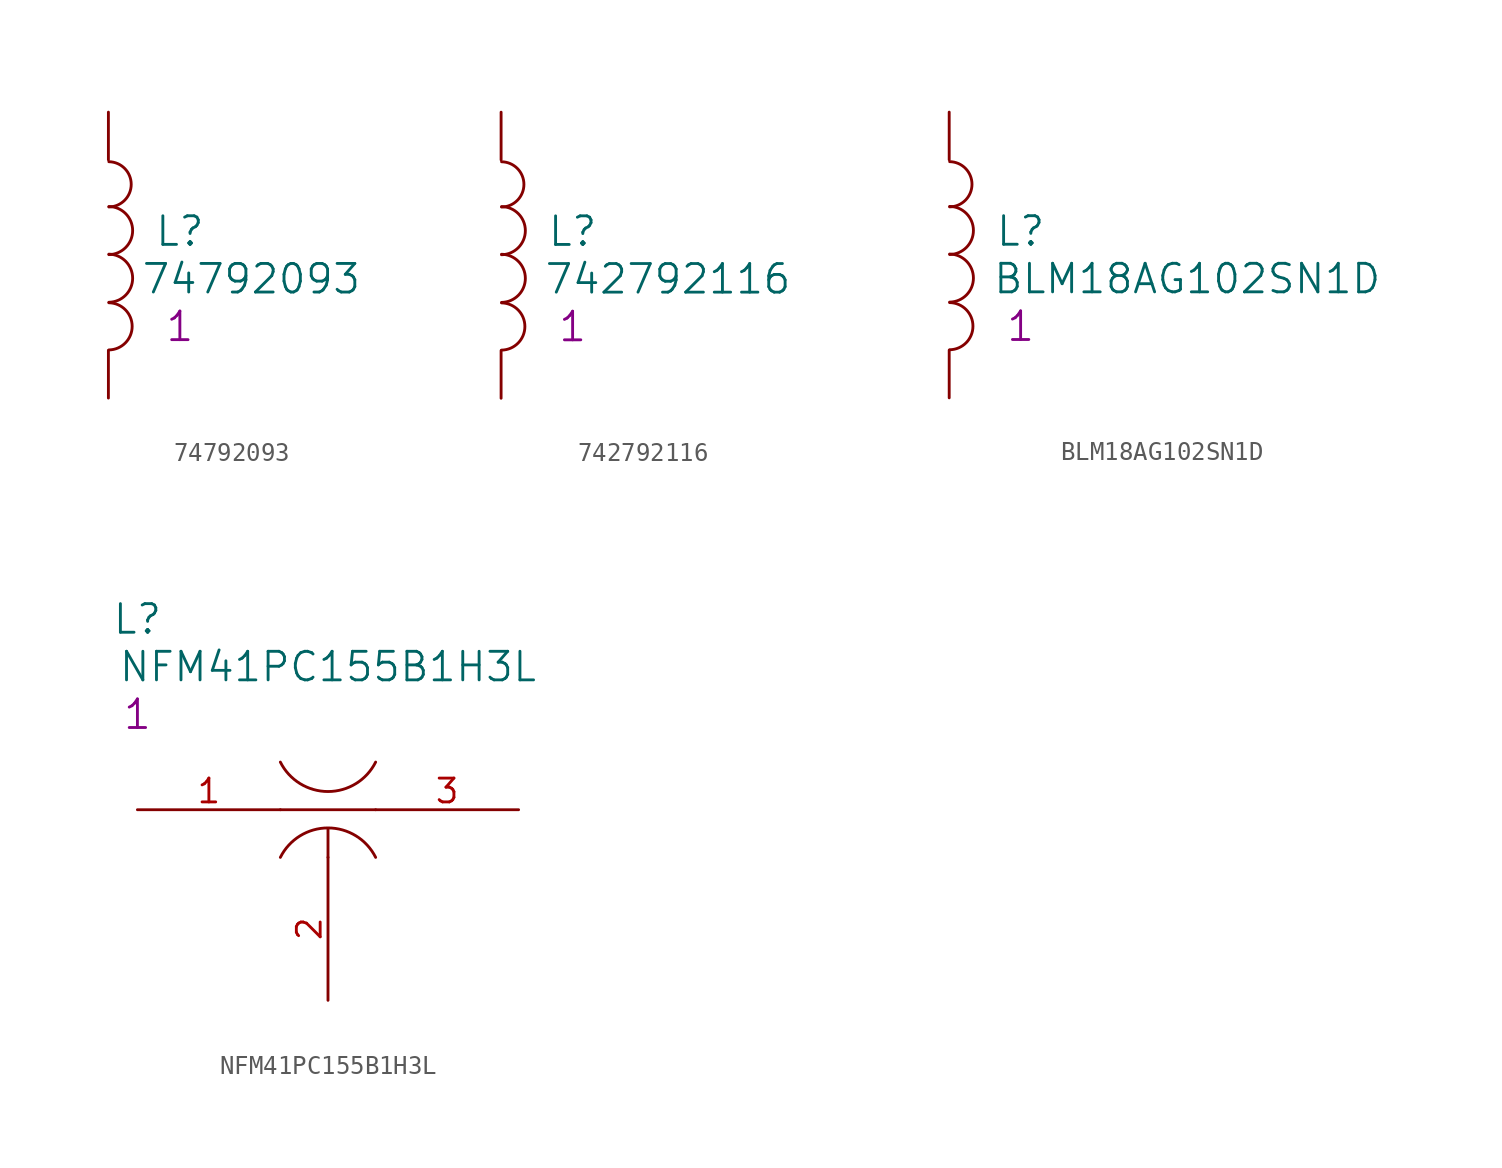
<source format=kicad_sym>
(kicad_symbol_lib
  (version 20201005)
  (generator kicad_symbol_editor)
  (symbol "S_filter:74792093"
    (pin_numbers hide)
    (pin_names
      (offset 1.016) hide)
    (property "Reference" "L"
      (at 3.81 -6.35 0)
      (effects (font (size 1.524 1.524))))
    (property "Value" "74792093"
      (at 7.62 -8.89 0)
      (effects (font (size 1.524 1.524))))
    (property "Datasheet" ""
      (at 0 0 0)
      (effects (font (size 1.524 1.524))))
    (property "Qty" "1"
      (at 3.81 -11.43 0)
      (effects (font (size 1.524 1.524))))
    (symbol "74792093_0_1"
      (arc (start 0.0254 -12.6746) (end 0.0254 -10.16) (radius (at 0 -11.43) (length 1.27) (angles -88.9 88.9)) (stroke (width 0)) (fill (type none)))
      (arc (start 0.0254 -10.1346) (end 0.0254 -7.5692) (radius (at 0 -8.8646) (length 1.2954) (angles -88.9 88.9)) (stroke (width 0)) (fill (type none)))
      (arc (start 0.0254 -7.5946) (end 0.0254 -5.0292) (radius (at 0 -6.3246) (length 1.2954) (angles -88.9 88.9)) (stroke (width 0)) (fill (type none)))
      (arc (start 0.0254 -5.0546) (end 0.0254 -2.6416) (radius (at 0 -3.8608) (length 1.2192) (angles -88.9 88.9)) (stroke (width 0)) (fill (type none))))
    (symbol "74792093_1_1"
      (pin passive line (at 0 0 270) (length 2.54) (name "1" (effects (font (size 1.778 1.778)))) (number "1" (effects (font (size 1.778 1.778)))))
      (pin passive line (at 0 -15.24 90) (length 2.54) (name "2" (effects (font (size 1.778 1.778)))) (number "2" (effects (font (size 1.778 1.778)))))))
  (symbol "S_filter:742792116"
    (pin_numbers hide)
    (pin_names
      (offset 1.016) hide)
    (property "Reference" "L"
      (at 3.81 -6.35 0)
      (effects (font (size 1.524 1.524))))
    (property "Value" "742792116"
      (at 8.89 -8.89 0)
      (effects (font (size 1.524 1.524))))
    (property "Datasheet" ""
      (at 0 0 0)
      (effects (font (size 1.524 1.524))))
    (property "Qty" "1"
      (at 3.81 -11.43 0)
      (effects (font (size 1.524 1.524))))
    (symbol "742792116_0_1"
      (arc (start 0.0254 -12.6746) (end 0.0254 -10.16) (radius (at 0 -11.43) (length 1.27) (angles -88.9 88.9)) (stroke (width 0)) (fill (type none)))
      (arc (start 0.0254 -10.1346) (end 0.0254 -7.5692) (radius (at 0 -8.8646) (length 1.2954) (angles -88.9 88.9)) (stroke (width 0)) (fill (type none)))
      (arc (start 0.0254 -7.5946) (end 0.0254 -5.0292) (radius (at 0 -6.3246) (length 1.2954) (angles -88.9 88.9)) (stroke (width 0)) (fill (type none)))
      (arc (start 0.0254 -5.0546) (end 0.0254 -2.6416) (radius (at 0 -3.8608) (length 1.2192) (angles -88.9 88.9)) (stroke (width 0)) (fill (type none))))
    (symbol "742792116_1_1"
      (pin passive line (at 0 0 270) (length 2.54) (name "1" (effects (font (size 1.778 1.778)))) (number "1" (effects (font (size 1.778 1.778)))))
      (pin passive line (at 0 -15.24 90) (length 2.54) (name "2" (effects (font (size 1.778 1.778)))) (number "2" (effects (font (size 1.778 1.778)))))))
  (symbol "S_filter:BLM18AG102SN1D"
    (pin_numbers hide)
    (pin_names
      (offset 1.016) hide)
    (property "Reference" "L"
      (at 3.81 -6.35 0)
      (effects (font (size 1.524 1.524))))
    (property "Value" "BLM18AG102SN1D"
      (at 12.7 -8.89 0)
      (effects (font (size 1.524 1.524))))
    (property "Datasheet" ""
      (at 0 0 0)
      (effects (font (size 1.524 1.524))))
    (property "Qty" "1"
      (at 3.81 -11.43 0)
      (effects (font (size 1.524 1.524))))
    (symbol "BLM18AG102SN1D_0_1"
      (arc (start 0.0254 -12.6746) (end 0.0254 -10.16) (radius (at 0 -11.43) (length 1.27) (angles -88.9 88.9)) (stroke (width 0)) (fill (type none)))
      (arc (start 0.0254 -10.1346) (end 0.0254 -7.5692) (radius (at 0 -8.8646) (length 1.2954) (angles -88.9 88.9)) (stroke (width 0)) (fill (type none)))
      (arc (start 0.0254 -7.5946) (end 0.0254 -5.0292) (radius (at 0 -6.3246) (length 1.2954) (angles -88.9 88.9)) (stroke (width 0)) (fill (type none)))
      (arc (start 0.0254 -5.0546) (end 0.0254 -2.6416) (radius (at 0 -3.8608) (length 1.2192) (angles -88.9 88.9)) (stroke (width 0)) (fill (type none))))
    (symbol "BLM18AG102SN1D_1_1"
      (pin passive line (at 0 0 270) (length 2.54) (name "1" (effects (font (size 1.778 1.778)))) (number "1" (effects (font (size 1.778 1.778)))))
      (pin passive line (at 0 -15.24 90) (length 2.54) (name "2" (effects (font (size 1.778 1.778)))) (number "2" (effects (font (size 1.778 1.778)))))))
  (symbol "S_filter:NFM41PC155B1H3L"
    (pin_names
      (offset 1.27) hide)
    (property "Reference" "L"
      (at 0 10.16 0)
      (effects (font (size 1.524 1.524))))
    (property "Value" "NFM41PC155B1H3L"
      (at 10.16 7.62 0)
      (effects (font (size 1.524 1.524))))
    (property "Datasheet" ""
      (at 0 0 0)
      (effects (font (size 1.524 1.524))))
    (property "Qty" "1"
      (at 0 5.08 0)
      (effects (font (size 1.524 1.524))))
    (symbol "NFM41PC155B1H3L_0_1"
      (arc (start 7.62 -2.54) (end 12.7 -2.54) (radius (at 10.16 -3.81) (length 2.8448) (angles 153.4 26.5)) (stroke (width 0)) (fill (type none)))
      (arc (start 7.62 2.54) (end 12.7 2.54) (radius (at 10.16 3.81) (length 2.8448) (angles -153.4 -26.5)) (stroke (width 0)) (fill (type none)))
      (polyline (pts (xy 7.62 0) (xy 12.7 0)) (stroke (width 0)) (fill (type none)))
      (polyline (pts (xy 10.16 -2.54) (xy 10.16 -1.016)) (stroke (width 0)) (fill (type none))))
    (symbol "NFM41PC155B1H3L_1_1"
      (pin power_in line (at 0 0 0) (length 7.62) (name "IN" (effects (font (size 1.27 1.27)))) (number "1" (effects (font (size 1.27 1.27)))))
      (pin power_in line (at 10.16 -10.16 90) (length 7.62) (name "GND" (effects (font (size 1.27 1.27)))) (number "2" (effects (font (size 1.27 1.27)))))
      (pin power_out line (at 20.32 0 180) (length 7.62) (name "OUT" (effects (font (size 1.27 1.27)))) (number "3" (effects (font (size 1.27 1.27))))))))
</source>
